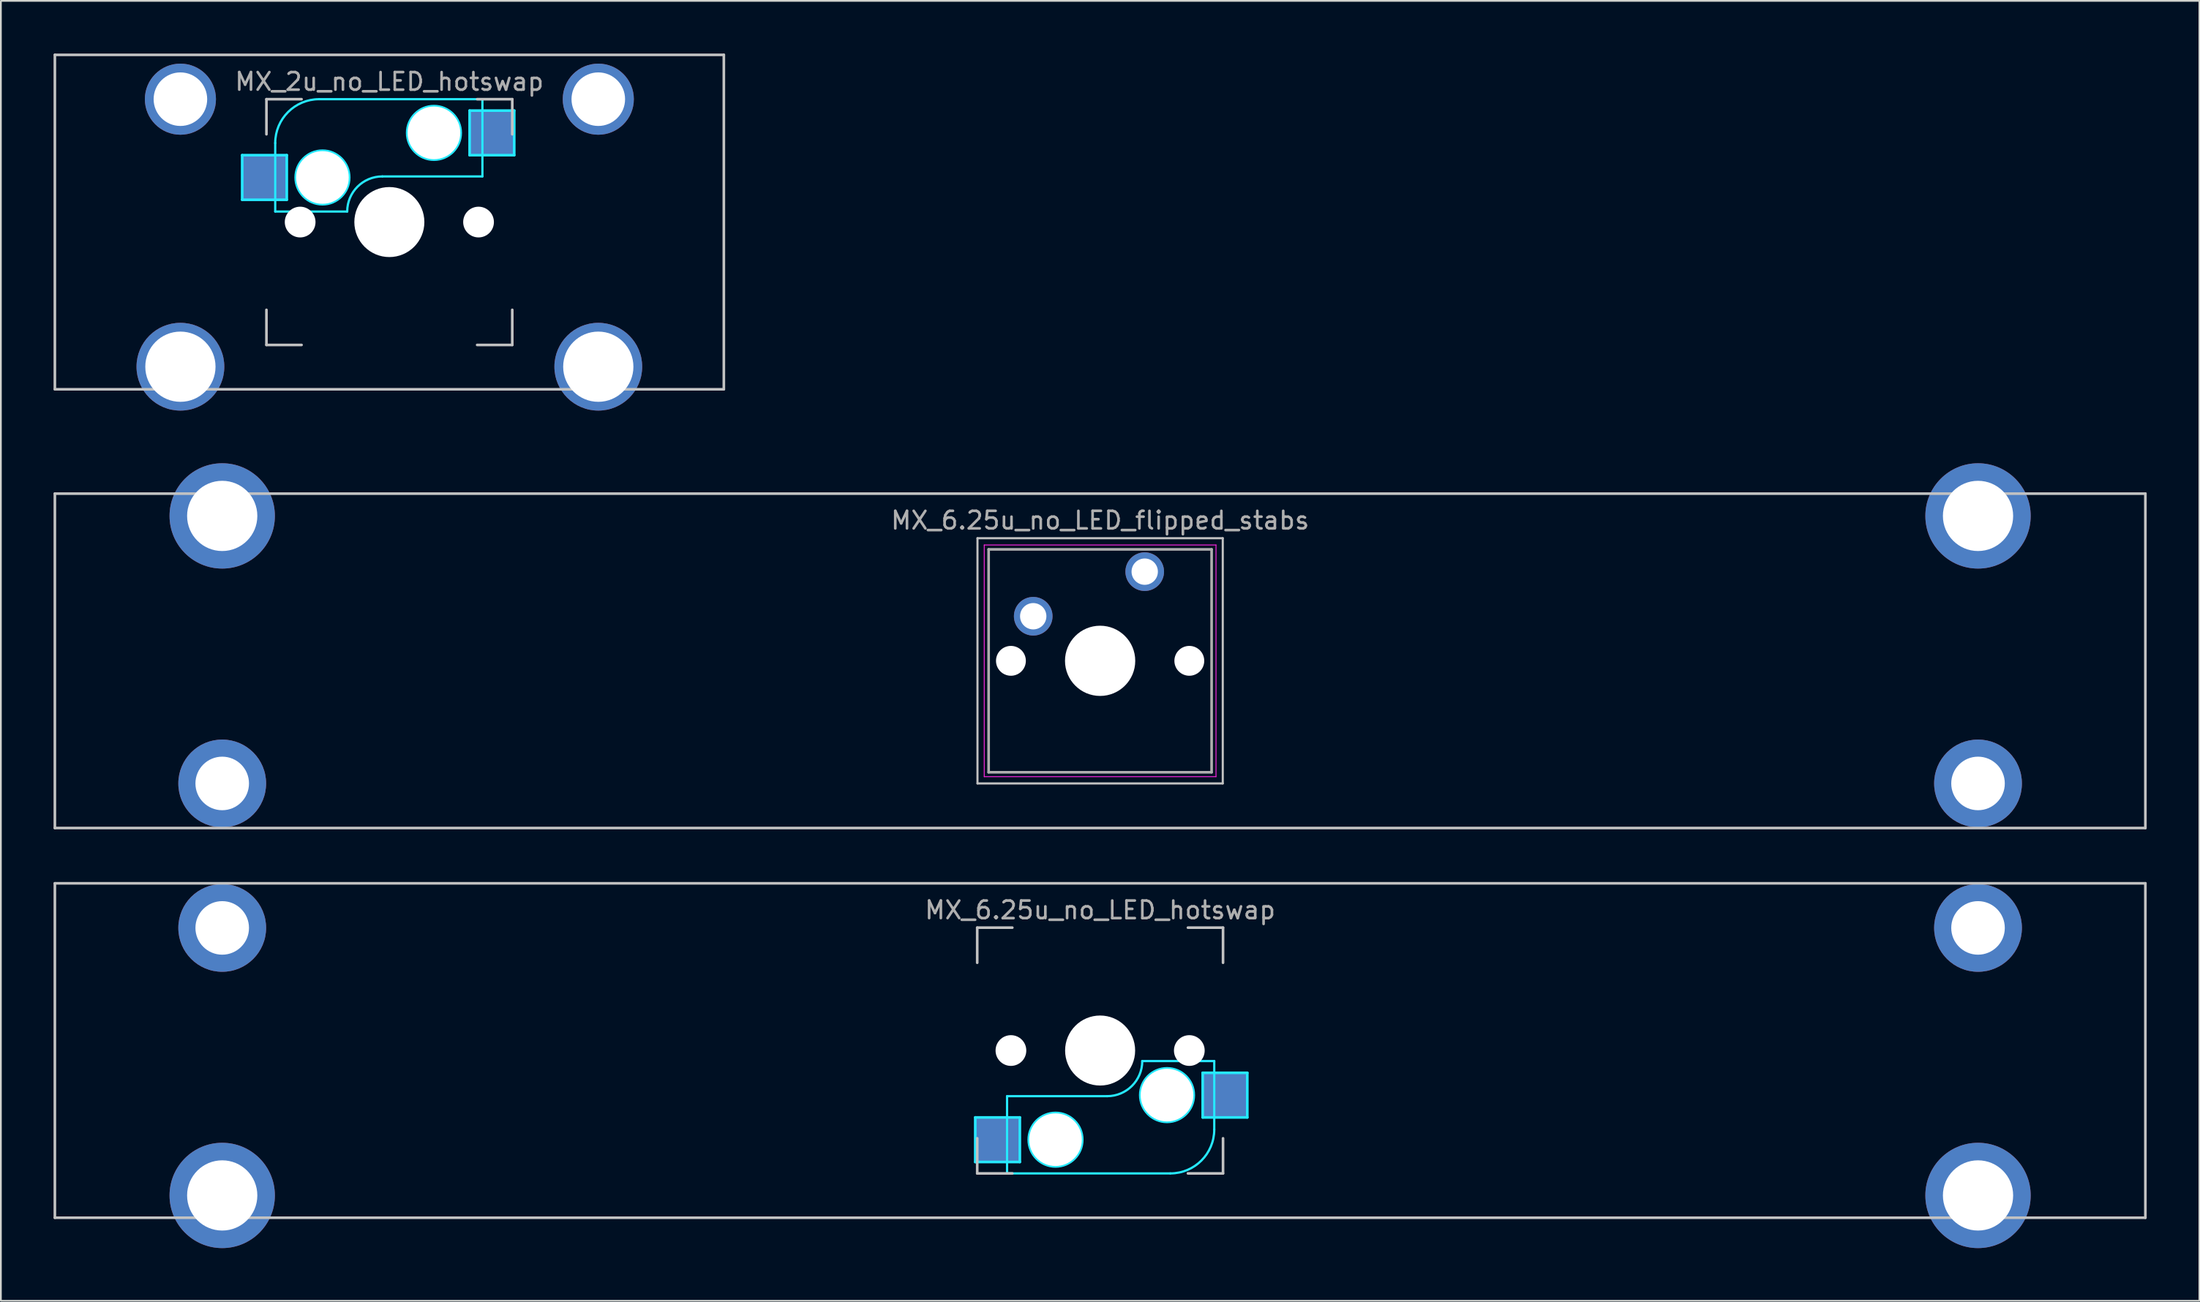
<source format=kicad_pcb>
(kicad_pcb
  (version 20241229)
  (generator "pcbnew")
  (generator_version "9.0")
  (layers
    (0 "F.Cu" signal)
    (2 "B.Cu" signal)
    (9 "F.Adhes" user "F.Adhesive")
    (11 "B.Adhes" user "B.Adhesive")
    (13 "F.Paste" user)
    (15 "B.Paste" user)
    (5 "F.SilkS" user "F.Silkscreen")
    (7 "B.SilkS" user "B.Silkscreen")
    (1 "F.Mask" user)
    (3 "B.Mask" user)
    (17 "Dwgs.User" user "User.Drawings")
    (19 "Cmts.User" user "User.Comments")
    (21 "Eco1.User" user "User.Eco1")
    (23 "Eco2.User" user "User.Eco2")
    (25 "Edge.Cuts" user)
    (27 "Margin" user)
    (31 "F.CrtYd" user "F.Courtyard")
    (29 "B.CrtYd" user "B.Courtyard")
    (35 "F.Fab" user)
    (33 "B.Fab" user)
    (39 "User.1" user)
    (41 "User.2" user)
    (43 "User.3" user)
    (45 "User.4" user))
  (footprint "MX_2u_no_LED_hotswap"
    (layer "F.Cu")
    (at 19.125 9.6)
    (property "Reference" "MX_2u_no_LED_hotswap" (at 0 -8 0) (layer "F.Fab") (effects (font (size 1 1) (thickness 0.15))))
    (attr through_hole)
    (fp_line (start -19.05 -9.525) (end 19.05 -9.525) (stroke (width 0.15) (type solid)) (layer "Dwgs.User"))
    (fp_line (start -19.05 9.525) (end -19.05 -9.525) (stroke (width 0.15) (type solid)) (layer "Dwgs.User"))
    (fp_line (start -7 -7) (end -7 -5) (stroke (width 0.15) (type solid)) (layer "Dwgs.User"))
    (fp_line (start -7 5) (end -7 7) (stroke (width 0.15) (type solid)) (layer "Dwgs.User"))
    (fp_line (start -7 7) (end -5 7) (stroke (width 0.15) (type solid)) (layer "Dwgs.User"))
    (fp_line (start -5 -7) (end -7 -7) (stroke (width 0.15) (type solid)) (layer "Dwgs.User"))
    (fp_line (start 5 -7) (end 7 -7) (stroke (width 0.15) (type solid)) (layer "Dwgs.User"))
    (fp_line (start 5 7) (end 7 7) (stroke (width 0.15) (type solid)) (layer "Dwgs.User"))
    (fp_line (start 7 -7) (end 7 -5) (stroke (width 0.15) (type solid)) (layer "Dwgs.User"))
    (fp_line (start 7 7) (end 7 5) (stroke (width 0.15) (type solid)) (layer "Dwgs.User"))
    (fp_line (start 19.05 -9.525) (end 19.05 9.525) (stroke (width 0.15) (type solid)) (layer "Dwgs.User"))
    (fp_line (start 19.05 9.525) (end -19.05 9.525) (stroke (width 0.15) (type solid)) (layer "Dwgs.User"))
    (fp_line (start -8.382 -3.81) (end -8.382 -1.27) (stroke (width 0.15) (type solid)) (layer "B.CrtYd"))
    (fp_line (start -8.382 -1.27) (end -5.842 -1.27) (stroke (width 0.15) (type solid)) (layer "B.CrtYd"))
    (fp_line (start -6.5 -4.5) (end -6.5 -0.6) (stroke (width 0.127) (type solid)) (layer "B.CrtYd"))
    (fp_line (start -6.5 -0.6) (end -2.4 -0.6) (stroke (width 0.127) (type solid)) (layer "B.CrtYd"))
    (fp_line (start -5.842 -3.81) (end -8.382 -3.81) (stroke (width 0.15) (type solid)) (layer "B.CrtYd"))
    (fp_line (start -5.842 -1.27) (end -5.842 -3.81) (stroke (width 0.15) (type solid)) (layer "B.CrtYd"))
    (fp_line (start -0.4 -2.6) (end 5.3 -2.6) (stroke (width 0.127) (type solid)) (layer "B.CrtYd"))
    (fp_line (start 4.572 -6.35) (end 7.112 -6.35) (stroke (width 0.15) (type solid)) (layer "B.CrtYd"))
    (fp_line (start 4.572 -3.81) (end 4.572 -6.35) (stroke (width 0.15) (type solid)) (layer "B.CrtYd"))
    (fp_line (start 5.3 -7) (end -4 -7) (stroke (width 0.127) (type solid)) (layer "B.CrtYd"))
    (fp_line (start 5.3 -7) (end 5.3 -2.6) (stroke (width 0.127) (type solid)) (layer "B.CrtYd"))
    (fp_line (start 7.112 -6.35) (end 7.112 -3.81) (stroke (width 0.15) (type solid)) (layer "B.CrtYd"))
    (fp_line (start 7.112 -3.81) (end 4.572 -3.81) (stroke (width 0.15) (type solid)) (layer "B.CrtYd"))
    (fp_arc (start -6.5 -4.5) (mid -5.767767 -6.267767) (end -4 -7) (stroke (width 0.127) (type solid)) (layer "B.CrtYd"))
    (fp_arc (start -2.4 -0.6) (mid -1.814214 -2.014214) (end -0.4 -2.6) (stroke (width 0.127) (type solid)) (layer "B.CrtYd"))
    (fp_circle (center -3.81 -2.54) (end -3.81 -4.064) (stroke (width 0.15) (type solid)) (fill no) (layer "B.CrtYd"))
    (fp_circle (center 2.54 -5.08) (end 2.54 -6.604) (stroke (width 0.15) (type solid)) (fill no) (layer "B.CrtYd"))
    (pad "" np_thru_hole circle (at -11.9 -7) (size 4.05 4.05) (drill 3.05) (layers "*.Cu" "B.Mask"))
    (pad "" np_thru_hole circle (at -11.9 8.24) (size 5 5) (drill 4) (layers "*.Cu" "B.Mask"))
    (pad "" np_thru_hole circle (at -5.08 0 48.1) (size 1.75 1.75) (drill 1.75) (layers "*.Cu" "*.Mask"))
    (pad "" np_thru_hole circle (at -3.81 -2.54) (size 3 3) (drill 3) (layers "*.Cu" "*.Mask"))
    (pad "" np_thru_hole circle (at 0 0) (size 3.988 3.988) (drill 3.988) (layers "*.Cu" "*.Mask"))
    (pad "" np_thru_hole circle (at 2.54 -5.08) (size 3 3) (drill 3) (layers "*.Cu" "*.Mask"))
    (pad "" np_thru_hole circle (at 5.08 0 48.1) (size 1.75 1.75) (drill 1.75) (layers "*.Cu" "*.Mask"))
    (pad "" np_thru_hole circle (at 11.9 -7) (size 4.05 4.05) (drill 3.05) (layers "*.Cu" "B.Mask"))
    (pad "" np_thru_hole circle (at 11.9 8.24) (size 5 5) (drill 4) (layers "*.Cu" "B.Mask"))
    (pad "1" smd rect (at -7.085 -2.54) (size 2.55 2.5) (layers "B.Cu" "B.Mask" "B.Paste"))
    (pad "2" smd rect (at 5.842 -5.08) (size 2.55 2.5) (layers "B.Cu" "B.Mask" "B.Paste")))
  (footprint "MX_6.25u_no_LED_hotswap"
    (layer "F.Cu")
    (at 59.606 56.795)
    (property "Reference" "MX_6.25u_no_LED_hotswap" (at 0 -8 0) (layer "F.Fab") (effects (font (size 1 1) (thickness 0.15))))
    (attr through_hole)
    (fp_line (start -59.531 -9.525) (end -59.531 9.525) (stroke (width 0.15) (type solid)) (layer "Dwgs.User"))
    (fp_line (start -59.531 -9.525) (end 59.531 -9.525) (stroke (width 0.15) (type solid)) (layer "Dwgs.User"))
    (fp_line (start -59.531 9.525) (end 59.531 9.525) (stroke (width 0.15) (type solid)) (layer "Dwgs.User"))
    (fp_line (start -7 -7) (end -7 -5) (stroke (width 0.15) (type solid)) (layer "Dwgs.User"))
    (fp_line (start -7 7) (end -7 5) (stroke (width 0.15) (type solid)) (layer "Dwgs.User"))
    (fp_line (start -5 -7) (end -7 -7) (stroke (width 0.15) (type solid)) (layer "Dwgs.User"))
    (fp_line (start -5 7) (end -7 7) (stroke (width 0.15) (type solid)) (layer "Dwgs.User"))
    (fp_line (start 5 7) (end 7 7) (stroke (width 0.15) (type solid)) (layer "Dwgs.User"))
    (fp_line (start 7 -7) (end 5 -7) (stroke (width 0.15) (type solid)) (layer "Dwgs.User"))
    (fp_line (start 7 -5) (end 7 -7) (stroke (width 0.15) (type solid)) (layer "Dwgs.User"))
    (fp_line (start 7 7) (end 7 5) (stroke (width 0.15) (type solid)) (layer "Dwgs.User"))
    (fp_line (start 59.531 -9.525) (end 59.531 9.525) (stroke (width 0.15) (type solid)) (layer "Dwgs.User"))
    (fp_line (start -7.112 3.81) (end -4.572 3.81) (stroke (width 0.15) (type solid)) (layer "B.CrtYd"))
    (fp_line (start -7.112 6.35) (end -7.112 3.81) (stroke (width 0.15) (type solid)) (layer "B.CrtYd"))
    (fp_line (start -5.3 7) (end -5.3 2.6) (stroke (width 0.127) (type solid)) (layer "B.CrtYd"))
    (fp_line (start -5.3 7) (end 4 7) (stroke (width 0.127) (type solid)) (layer "B.CrtYd"))
    (fp_line (start -4.572 3.81) (end -4.572 6.35) (stroke (width 0.15) (type solid)) (layer "B.CrtYd"))
    (fp_line (start -4.572 6.35) (end -7.112 6.35) (stroke (width 0.15) (type solid)) (layer "B.CrtYd"))
    (fp_line (start 0.4 2.6) (end -5.3 2.6) (stroke (width 0.127) (type solid)) (layer "B.CrtYd"))
    (fp_line (start 5.842 1.27) (end 5.842 3.81) (stroke (width 0.15) (type solid)) (layer "B.CrtYd"))
    (fp_line (start 5.842 3.81) (end 8.382 3.81) (stroke (width 0.15) (type solid)) (layer "B.CrtYd"))
    (fp_line (start 6.5 0.6) (end 2.4 0.6) (stroke (width 0.127) (type solid)) (layer "B.CrtYd"))
    (fp_line (start 6.5 4.5) (end 6.5 0.6) (stroke (width 0.127) (type solid)) (layer "B.CrtYd"))
    (fp_line (start 8.382 1.27) (end 5.842 1.27) (stroke (width 0.15) (type solid)) (layer "B.CrtYd"))
    (fp_line (start 8.382 3.81) (end 8.382 1.27) (stroke (width 0.15) (type solid)) (layer "B.CrtYd"))
    (fp_arc (start 2.4 0.6) (mid 1.814214 2.014214) (end 0.4 2.6) (stroke (width 0.127) (type solid)) (layer "B.CrtYd"))
    (fp_arc (start 6.5 4.5) (mid 5.767767 6.267767) (end 4 7) (stroke (width 0.127) (type solid)) (layer "B.CrtYd"))
    (fp_circle (center -2.54 5.08) (end -2.54 6.604) (stroke (width 0.15) (type solid)) (fill no) (layer "B.CrtYd"))
    (fp_circle (center 3.81 2.54) (end 3.81 4.064) (stroke (width 0.15) (type solid)) (fill no) (layer "B.CrtYd"))
    (pad "" np_thru_hole circle (at -50 -6.985 180) (size 5 5) (drill 3.05) (layers "*.Cu" "B.Mask"))
    (pad "" np_thru_hole circle (at -50 8.255 180) (size 6 6) (drill 4) (layers "*.Cu" "B.Mask"))
    (pad "" np_thru_hole circle (at -5.08 0 228.1) (size 1.75 1.75) (drill 1.75) (layers "*.Cu" "*.Mask"))
    (pad "" np_thru_hole circle (at -2.54 5.08 180) (size 3 3) (drill 3) (layers "*.Cu" "*.Mask"))
    (pad "" np_thru_hole circle (at 0 0 180) (size 3.988 3.988) (drill 3.988) (layers "*.Cu" "*.Mask"))
    (pad "" np_thru_hole circle (at 3.81 2.54 180) (size 3 3) (drill 3) (layers "*.Cu" "*.Mask"))
    (pad "" np_thru_hole circle (at 5.08 0 228.1) (size 1.75 1.75) (drill 1.75) (layers "*.Cu" "*.Mask"))
    (pad "" np_thru_hole circle (at 50 -6.985 180) (size 5 5) (drill 3.05) (layers "*.Cu" "B.Mask"))
    (pad "" np_thru_hole circle (at 50 8.255 180) (size 6 6) (drill 4) (layers "*.Cu" "B.Mask"))
    (pad "1" smd rect (at 7.085 2.54 180) (size 2.55 2.5) (layers "B.Cu" "B.Mask"))
    (pad "2" smd rect (at -5.842 5.08 180) (size 2.55 2.5) (layers "B.Cu" "B.Mask")))
  (footprint "MX_6.25u_no_LED_flipped_stabs"
    (layer "F.Cu")
    (at 59.606 34.595)
    (property "Reference" "MX_6.25u_no_LED_flipped_stabs" (at 0 -8 0) (layer "F.Fab") (effects (font (size 1 1) (thickness 0.15))))
    (attr through_hole)
    (fp_line (start -59.531 -9.525) (end 59.531 -9.525) (stroke (width 0.15) (type solid)) (layer "Dwgs.User"))
    (fp_line (start -59.531 9.525) (end -59.531 -9.525) (stroke (width 0.15) (type solid)) (layer "Dwgs.User"))
    (fp_line (start -59.531 9.525) (end 59.531 9.525) (stroke (width 0.15) (type solid)) (layer "Dwgs.User"))
    (fp_line (start -6.985 -6.985) (end 6.985 -6.985) (stroke (width 0.12) (type solid)) (layer "Dwgs.User"))
    (fp_line (start -6.985 6.985) (end -6.985 -6.985) (stroke (width 0.12) (type solid)) (layer "Dwgs.User"))
    (fp_line (start 6.985 -6.985) (end 6.985 6.985) (stroke (width 0.12) (type solid)) (layer "Dwgs.User"))
    (fp_line (start 6.985 6.985) (end -6.985 6.985) (stroke (width 0.12) (type solid)) (layer "Dwgs.User"))
    (fp_line (start 59.531 -9.525) (end 59.531 9.525) (stroke (width 0.15) (type solid)) (layer "Dwgs.User"))
    (fp_line (start -6.6 -6.6) (end 6.6 -6.6) (stroke (width 0.05) (type solid)) (layer "F.CrtYd"))
    (fp_line (start -6.6 6.6) (end -6.6 -6.6) (stroke (width 0.05) (type solid)) (layer "F.CrtYd"))
    (fp_line (start 6.6 -6.6) (end 6.6 6.6) (stroke (width 0.05) (type solid)) (layer "F.CrtYd"))
    (fp_line (start 6.6 6.6) (end -6.6 6.6) (stroke (width 0.05) (type solid)) (layer "F.CrtYd"))
    (fp_line (start -6.35 -6.35) (end 6.35 -6.35) (stroke (width 0.15) (type solid)) (layer "F.Fab"))
    (fp_line (start -6.35 6.35) (end -6.35 -6.35) (stroke (width 0.15) (type solid)) (layer "F.Fab"))
    (fp_line (start 6.35 -6.35) (end 6.35 6.35) (stroke (width 0.15) (type solid)) (layer "F.Fab"))
    (fp_line (start 6.35 6.35) (end -6.35 6.35) (stroke (width 0.15) (type solid)) (layer "F.Fab"))
    (fp_text user "6.25u" (at 0 4.763 0) (layer "F.Mask") (effects (font (size 1 1) (thickness 0.15))))
    (pad "" np_thru_hole circle (at -50 -8.255) (size 6 6) (drill 4) (layers "*.Cu" "B.Mask"))
    (pad "" np_thru_hole circle (at -50 6.985) (size 5 5) (drill 3.05) (layers "*.Cu" "B.Mask"))
    (pad "" np_thru_hole circle (at -5.08 0) (size 1.7 1.7) (drill 1.7) (layers "*.Cu" "*.Mask"))
    (pad "" np_thru_hole circle (at 0 0) (size 4 4) (drill 4) (layers "*.Cu" "*.Mask"))
    (pad "" np_thru_hole circle (at 5.08 0) (size 1.7 1.7) (drill 1.7) (layers "*.Cu" "*.Mask"))
    (pad "" np_thru_hole circle (at 50 -8.255) (size 6 6) (drill 4) (layers "*.Cu" "B.Mask"))
    (pad "" np_thru_hole circle (at 50 6.985) (size 5 5) (drill 3.05) (layers "*.Cu" "B.Mask"))
    (pad "1" thru_hole circle (at 2.54 -5.08) (size 2.2 2.2) (drill 1.5) (layers "*.Cu" "*.Mask"))
    (pad "2" thru_hole circle (at -3.81 -2.54) (size 2.2 2.2) (drill 1.5) (layers "*.Cu" "*.Mask")))
  (gr_rect
    (start -3 -3)
    (end 122.213 71.05)
    (stroke (width 0.1) (type default))
    (fill no)
    (layer "Edge.Cuts")))
</source>
